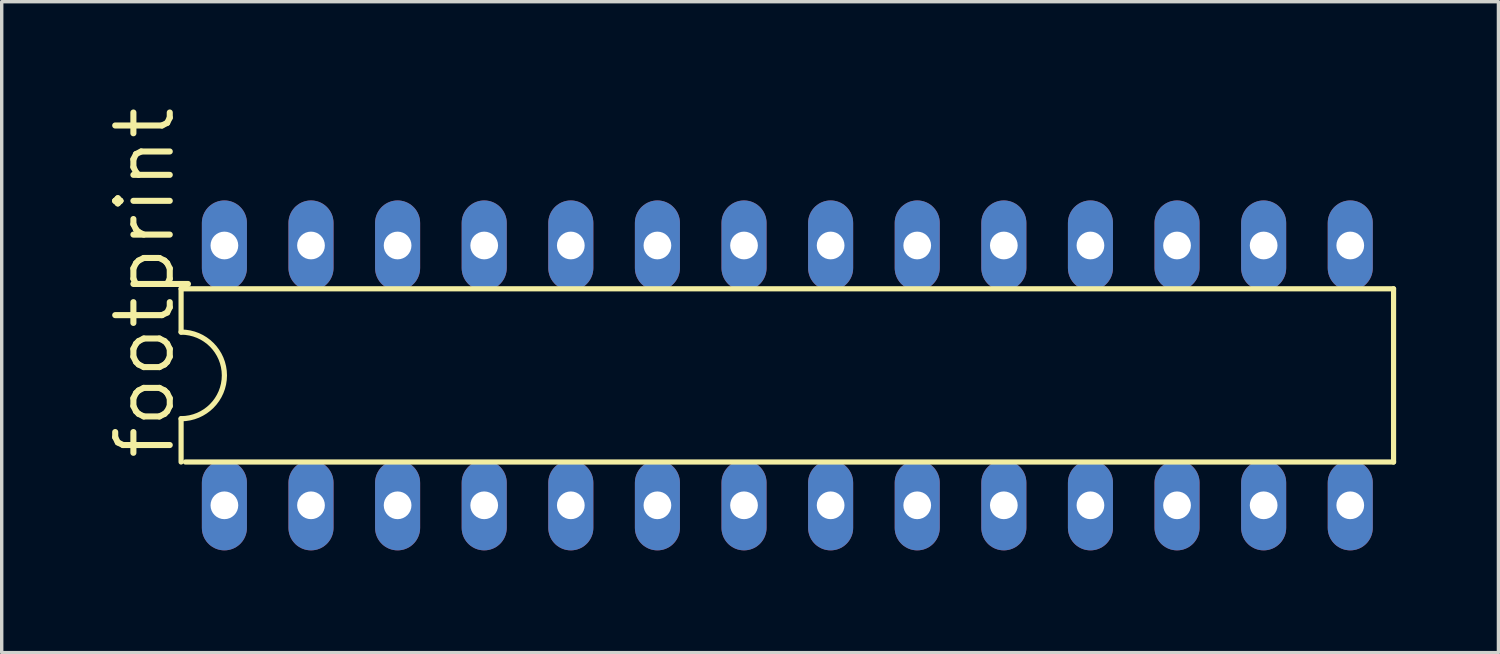
<source format=kicad_pcb>
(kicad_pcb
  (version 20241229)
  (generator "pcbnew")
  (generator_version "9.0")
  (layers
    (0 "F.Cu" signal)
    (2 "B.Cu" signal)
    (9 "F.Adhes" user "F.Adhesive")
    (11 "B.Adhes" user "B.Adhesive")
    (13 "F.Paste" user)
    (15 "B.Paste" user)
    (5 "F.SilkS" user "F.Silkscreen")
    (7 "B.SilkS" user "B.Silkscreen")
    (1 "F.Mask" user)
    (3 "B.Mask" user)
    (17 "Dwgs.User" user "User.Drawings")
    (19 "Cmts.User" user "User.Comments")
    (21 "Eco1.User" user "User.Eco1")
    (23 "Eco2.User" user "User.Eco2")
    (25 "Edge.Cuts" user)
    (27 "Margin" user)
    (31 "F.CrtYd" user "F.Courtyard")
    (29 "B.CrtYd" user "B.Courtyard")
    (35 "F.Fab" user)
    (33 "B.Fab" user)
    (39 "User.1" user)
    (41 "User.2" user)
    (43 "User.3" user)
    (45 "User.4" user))
  (footprint "footprint"
    (layer "F.Cu")
    (at 20.041 7.96)
    (property "Reference" "footprint" (at -17.907 2.54 90) (layer "F.SilkS") (effects (font (size 1.6 1.6) (thickness 0.178)) (justify left bottom)))
    (fp_line (start -17.78 -2.54) (end -17.78 -1.27) (stroke (width 0.152) (type solid)) (layer "F.SilkS"))
    (fp_line (start -17.78 -2.54) (end 17.78 -2.54) (stroke (width 0.152) (type solid)) (layer "F.SilkS"))
    (fp_line (start -17.78 1.27) (end -17.78 2.54) (stroke (width 0.152) (type solid)) (layer "F.SilkS"))
    (fp_line (start -17.653 2.54) (end 17.78 2.54) (stroke (width 0.152) (type solid)) (layer "F.SilkS"))
    (fp_line (start 17.78 2.54) (end 17.78 -2.54) (stroke (width 0.152) (type solid)) (layer "F.SilkS"))
    (fp_arc (start -17.78 -1.27) (mid -16.51 0) (end -17.78 1.27) (stroke (width 0.1524) (type solid)) (layer "F.SilkS"))
    (pad "1" thru_hole oval (at -16.51 3.81 90) (size 2.642 1.321) (drill 0.813) (layers "*.Cu" "*.Mask"))
    (pad "2" thru_hole oval (at -13.97 3.81 90) (size 2.642 1.321) (drill 0.813) (layers "*.Cu" "*.Mask"))
    (pad "3" thru_hole oval (at -11.43 3.81 90) (size 2.642 1.321) (drill 0.813) (layers "*.Cu" "*.Mask"))
    (pad "4" thru_hole oval (at -8.89 3.81 90) (size 2.642 1.321) (drill 0.813) (layers "*.Cu" "*.Mask"))
    (pad "5" thru_hole oval (at -6.35 3.81 90) (size 2.642 1.321) (drill 0.813) (layers "*.Cu" "*.Mask"))
    (pad "6" thru_hole oval (at -3.81 3.81 90) (size 2.642 1.321) (drill 0.813) (layers "*.Cu" "*.Mask"))
    (pad "7" thru_hole oval (at -1.27 3.81 90) (size 2.642 1.321) (drill 0.813) (layers "*.Cu" "*.Mask"))
    (pad "8" thru_hole oval (at 1.27 3.81 90) (size 2.642 1.321) (drill 0.813) (layers "*.Cu" "*.Mask"))
    (pad "9" thru_hole oval (at 3.81 3.81 90) (size 2.642 1.321) (drill 0.813) (layers "*.Cu" "*.Mask"))
    (pad "10" thru_hole oval (at 6.35 3.81 90) (size 2.642 1.321) (drill 0.813) (layers "*.Cu" "*.Mask"))
    (pad "11" thru_hole oval (at 8.89 3.81 90) (size 2.642 1.321) (drill 0.813) (layers "*.Cu" "*.Mask"))
    (pad "12" thru_hole oval (at 11.43 3.81 90) (size 2.642 1.321) (drill 0.813) (layers "*.Cu" "*.Mask"))
    (pad "13" thru_hole oval (at 13.97 3.81 90) (size 2.642 1.321) (drill 0.813) (layers "*.Cu" "*.Mask"))
    (pad "14" thru_hole oval (at 16.51 3.81 90) (size 2.642 1.321) (drill 0.813) (layers "*.Cu" "*.Mask"))
    (pad "15" thru_hole oval (at 16.51 -3.81 90) (size 2.642 1.321) (drill 0.813) (layers "*.Cu" "*.Mask"))
    (pad "16" thru_hole oval (at 13.97 -3.81 90) (size 2.642 1.321) (drill 0.813) (layers "*.Cu" "*.Mask"))
    (pad "17" thru_hole oval (at 11.43 -3.81 90) (size 2.642 1.321) (drill 0.813) (layers "*.Cu" "*.Mask"))
    (pad "18" thru_hole oval (at 8.89 -3.81 90) (size 2.642 1.321) (drill 0.813) (layers "*.Cu" "*.Mask"))
    (pad "19" thru_hole oval (at 6.35 -3.81 90) (size 2.642 1.321) (drill 0.813) (layers "*.Cu" "*.Mask"))
    (pad "20" thru_hole oval (at 3.81 -3.81 90) (size 2.642 1.321) (drill 0.813) (layers "*.Cu" "*.Mask"))
    (pad "21" thru_hole oval (at 1.27 -3.81 90) (size 2.642 1.321) (drill 0.813) (layers "*.Cu" "*.Mask"))
    (pad "22" thru_hole oval (at -1.27 -3.81 90) (size 2.642 1.321) (drill 0.813) (layers "*.Cu" "*.Mask"))
    (pad "23" thru_hole oval (at -3.81 -3.81 90) (size 2.642 1.321) (drill 0.813) (layers "*.Cu" "*.Mask"))
    (pad "24" thru_hole oval (at -6.35 -3.81 90) (size 2.642 1.321) (drill 0.813) (layers "*.Cu" "*.Mask"))
    (pad "25" thru_hole oval (at -8.89 -3.81 90) (size 2.642 1.321) (drill 0.813) (layers "*.Cu" "*.Mask"))
    (pad "26" thru_hole oval (at -11.43 -3.81 90) (size 2.642 1.321) (drill 0.813) (layers "*.Cu" "*.Mask"))
    (pad "27" thru_hole oval (at -13.97 -3.81 90) (size 2.642 1.321) (drill 0.813) (layers "*.Cu" "*.Mask"))
    (pad "28" thru_hole oval (at -16.51 -3.81 90) (size 2.642 1.321) (drill 0.813) (layers "*.Cu" "*.Mask")))
  (gr_rect
    (start -3 -3)
    (end 40.897 16.091)
    (stroke (width 0.1) (type default))
    (fill no)
    (layer "Edge.Cuts")))
</source>
